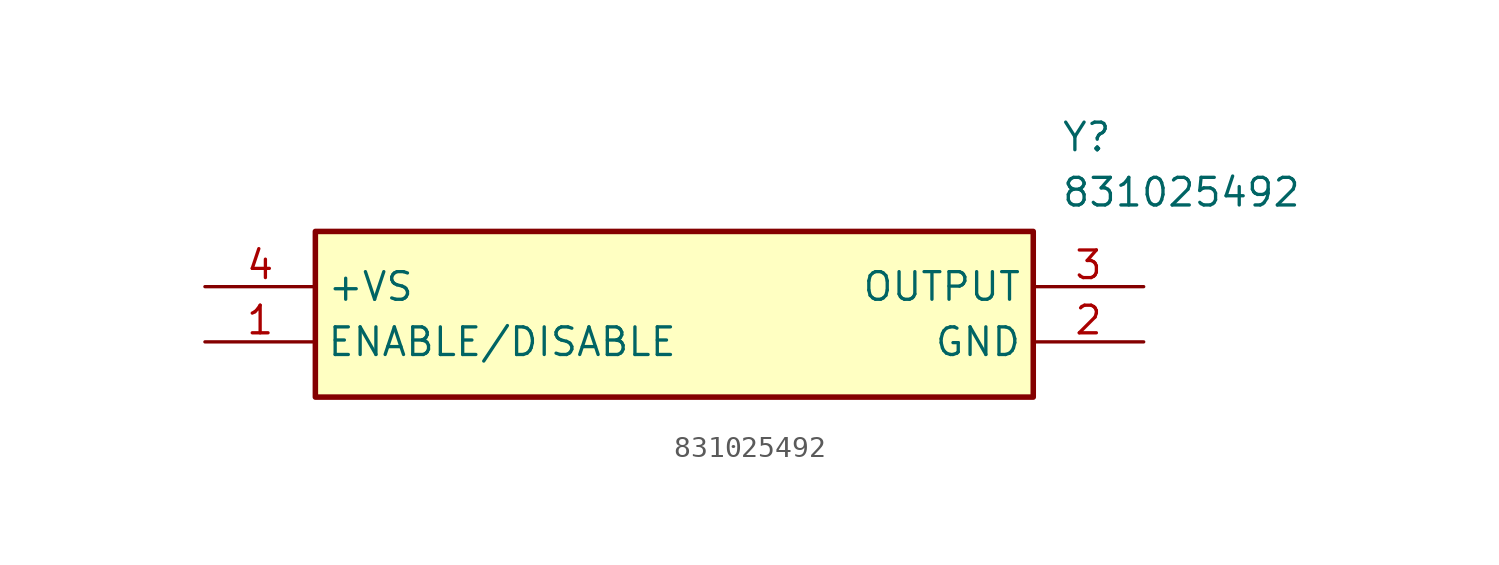
<source format=kicad_sym>
(kicad_symbol_lib
  (version 20211014)
  (generator SamacSys_ECAD_Model)
  (symbol "831025492"
    (property "Reference" "Y"
      (at 39.37 7.62 0)
      (effects (font (size 1.27 1.27)) (justify left top)))
    (property "Value" "831025492"
      (at 39.37 5.08 0)
      (effects (font (size 1.27 1.27)) (justify left top)))
    (rectangle
      (start 5.08 2.54)
      (end 38.1 -5.08)
      (stroke (width 0.254) (type default))
      (fill (type background)))
    (pin passive line
      (at 0 -2.54 0)
      (length 5.08)
      (name "ENABLE/DISABLE" (effects (font (size 1.27 1.27))))
      (number "1" (effects (font (size 1.27 1.27)))))
    (pin passive line
      (at 43.18 -2.54 180)
      (length 5.08)
      (name "GND" (effects (font (size 1.27 1.27))))
      (number "2" (effects (font (size 1.27 1.27)))))
    (pin passive line
      (at 43.18 0 180)
      (length 5.08)
      (name "OUTPUT" (effects (font (size 1.27 1.27))))
      (number "3" (effects (font (size 1.27 1.27)))))
    (pin passive line
      (at 0 0 0)
      (length 5.08)
      (name "+VS" (effects (font (size 1.27 1.27))))
      (number "4" (effects (font (size 1.27 1.27)))))))
</source>
